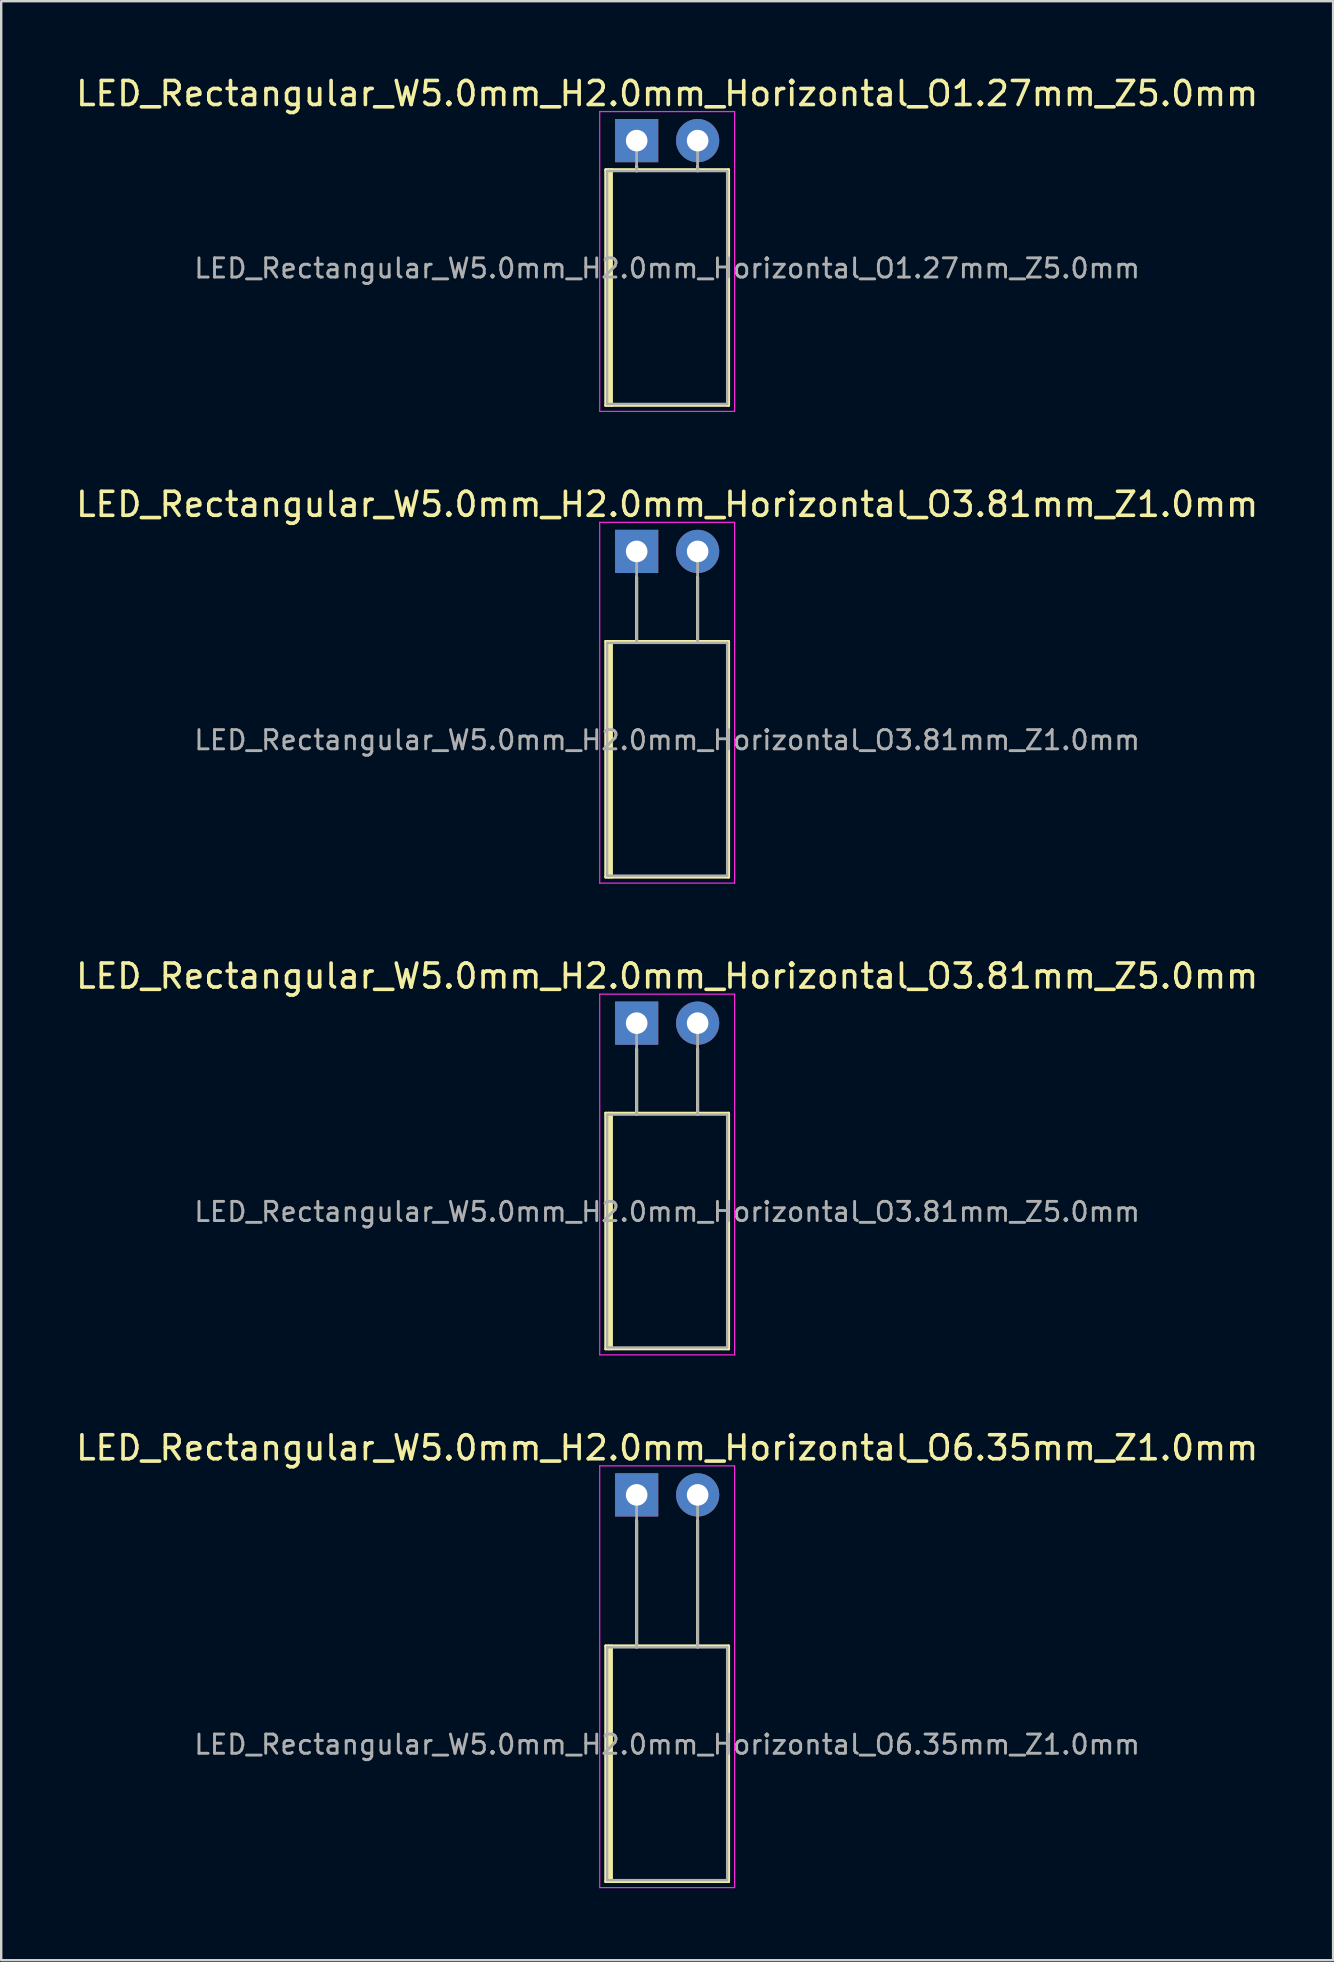
<source format=kicad_pcb>
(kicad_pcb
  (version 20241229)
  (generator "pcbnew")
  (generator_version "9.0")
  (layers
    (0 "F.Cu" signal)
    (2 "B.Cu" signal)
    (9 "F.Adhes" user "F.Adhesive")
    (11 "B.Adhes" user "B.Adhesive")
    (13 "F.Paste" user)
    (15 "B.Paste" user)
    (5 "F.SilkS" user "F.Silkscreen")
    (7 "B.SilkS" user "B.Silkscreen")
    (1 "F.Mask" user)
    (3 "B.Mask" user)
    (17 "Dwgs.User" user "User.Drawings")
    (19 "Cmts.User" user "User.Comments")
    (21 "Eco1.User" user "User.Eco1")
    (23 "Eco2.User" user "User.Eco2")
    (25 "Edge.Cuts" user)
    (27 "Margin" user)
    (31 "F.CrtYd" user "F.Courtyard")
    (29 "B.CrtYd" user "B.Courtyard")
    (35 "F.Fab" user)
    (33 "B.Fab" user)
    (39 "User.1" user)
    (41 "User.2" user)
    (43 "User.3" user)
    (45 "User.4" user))
  (footprint "LED_Rectangular_W5.0mm_H2.0mm_Horizontal_O1.27mm_Z5.0mm"
    (layer "F.Cu")
    (at 23.474 2.808)
    (property "Reference" "LED_Rectangular_W5.0mm_H2.0mm_Horizontal_O1.27mm_Z5.0mm" (at 1.27 -1.96 0) (layer "F.SilkS") (effects (font (size 1 1) (thickness 0.15))))
    (attr through_hole)
    (fp_line (start -1.29 1.21) (end -1.29 11.03) (stroke (width 0.12) (type solid)) (layer "F.SilkS"))
    (fp_line (start -1.29 11.03) (end 3.83 11.03) (stroke (width 0.12) (type solid)) (layer "F.SilkS"))
    (fp_line (start -1.17 1.21) (end -1.17 11.03) (stroke (width 0.12) (type solid)) (layer "F.SilkS"))
    (fp_line (start -1.05 1.21) (end -1.05 11.03) (stroke (width 0.12) (type solid)) (layer "F.SilkS"))
    (fp_line (start 0 1.08) (end 0 1.08) (stroke (width 0.12) (type solid)) (layer "F.SilkS"))
    (fp_line (start 0 1.08) (end 0 1.21) (stroke (width 0.12) (type solid)) (layer "F.SilkS"))
    (fp_line (start 0 1.21) (end 0 1.08) (stroke (width 0.12) (type solid)) (layer "F.SilkS"))
    (fp_line (start 0 1.21) (end 0 1.21) (stroke (width 0.12) (type solid)) (layer "F.SilkS"))
    (fp_line (start 2.54 1.08) (end 2.54 1.08) (stroke (width 0.12) (type solid)) (layer "F.SilkS"))
    (fp_line (start 2.54 1.08) (end 2.54 1.21) (stroke (width 0.12) (type solid)) (layer "F.SilkS"))
    (fp_line (start 2.54 1.21) (end 2.54 1.08) (stroke (width 0.12) (type solid)) (layer "F.SilkS"))
    (fp_line (start 2.54 1.21) (end 2.54 1.21) (stroke (width 0.12) (type solid)) (layer "F.SilkS"))
    (fp_line (start 3.83 1.21) (end -1.29 1.21) (stroke (width 0.12) (type solid)) (layer "F.SilkS"))
    (fp_line (start 3.83 11.03) (end 3.83 1.21) (stroke (width 0.12) (type solid)) (layer "F.SilkS"))
    (fp_line (start -1.54 -1.21) (end -1.54 11.28) (stroke (width 0.05) (type solid)) (layer "F.CrtYd"))
    (fp_line (start -1.54 11.28) (end 4.08 11.28) (stroke (width 0.05) (type solid)) (layer "F.CrtYd"))
    (fp_line (start 4.08 -1.21) (end -1.54 -1.21) (stroke (width 0.05) (type solid)) (layer "F.CrtYd"))
    (fp_line (start 4.08 11.28) (end 4.08 -1.21) (stroke (width 0.05) (type solid)) (layer "F.CrtYd"))
    (fp_line (start -1.23 1.27) (end -1.23 10.97) (stroke (width 0.1) (type solid)) (layer "F.Fab"))
    (fp_line (start -1.23 10.97) (end 3.77 10.97) (stroke (width 0.1) (type solid)) (layer "F.Fab"))
    (fp_line (start 0 0) (end 0 0) (stroke (width 0.1) (type solid)) (layer "F.Fab"))
    (fp_line (start 0 0) (end 0 1.27) (stroke (width 0.1) (type solid)) (layer "F.Fab"))
    (fp_line (start 0 1.27) (end 0 0) (stroke (width 0.1) (type solid)) (layer "F.Fab"))
    (fp_line (start 0 1.27) (end 0 1.27) (stroke (width 0.1) (type solid)) (layer "F.Fab"))
    (fp_line (start 2.54 0) (end 2.54 0) (stroke (width 0.1) (type solid)) (layer "F.Fab"))
    (fp_line (start 2.54 0) (end 2.54 1.27) (stroke (width 0.1) (type solid)) (layer "F.Fab"))
    (fp_line (start 2.54 1.27) (end 2.54 0) (stroke (width 0.1) (type solid)) (layer "F.Fab"))
    (fp_line (start 2.54 1.27) (end 2.54 1.27) (stroke (width 0.1) (type solid)) (layer "F.Fab"))
    (fp_line (start 3.77 1.27) (end -1.23 1.27) (stroke (width 0.1) (type solid)) (layer "F.Fab"))
    (fp_line (start 3.77 10.97) (end 3.77 1.27) (stroke (width 0.1) (type solid)) (layer "F.Fab"))
    (fp_text user "${REFERENCE}" (at 1.27 5.32 0) (layer "F.Fab") (effects (font (size 0.8 0.8) (thickness 0.12))))
    (pad "1" thru_hole rect (at 0 0) (size 1.8 1.8) (drill 0.9) (layers "*.Cu" "*.Mask"))
    (pad "2" thru_hole circle (at 2.54 0) (size 1.8 1.8) (drill 0.9) (layers "*.Cu" "*.Mask")))
  (footprint "LED_Rectangular_W5.0mm_H2.0mm_Horizontal_O6.35mm_Z1.0mm"
    (layer "F.Cu")
    (at 23.474 59.228)
    (property "Reference" "LED_Rectangular_W5.0mm_H2.0mm_Horizontal_O6.35mm_Z1.0mm" (at 1.27 -1.96 0) (layer "F.SilkS") (effects (font (size 1 1) (thickness 0.15))))
    (attr through_hole)
    (fp_line (start -1.29 6.29) (end -1.29 16.11) (stroke (width 0.12) (type solid)) (layer "F.SilkS"))
    (fp_line (start -1.29 16.11) (end 3.83 16.11) (stroke (width 0.12) (type solid)) (layer "F.SilkS"))
    (fp_line (start -1.17 6.29) (end -1.17 16.11) (stroke (width 0.12) (type solid)) (layer "F.SilkS"))
    (fp_line (start -1.05 6.29) (end -1.05 16.11) (stroke (width 0.12) (type solid)) (layer "F.SilkS"))
    (fp_line (start 0 1.08) (end 0 1.08) (stroke (width 0.12) (type solid)) (layer "F.SilkS"))
    (fp_line (start 0 1.08) (end 0 6.29) (stroke (width 0.12) (type solid)) (layer "F.SilkS"))
    (fp_line (start 0 6.29) (end 0 1.08) (stroke (width 0.12) (type solid)) (layer "F.SilkS"))
    (fp_line (start 0 6.29) (end 0 6.29) (stroke (width 0.12) (type solid)) (layer "F.SilkS"))
    (fp_line (start 2.54 1.08) (end 2.54 1.08) (stroke (width 0.12) (type solid)) (layer "F.SilkS"))
    (fp_line (start 2.54 1.08) (end 2.54 6.29) (stroke (width 0.12) (type solid)) (layer "F.SilkS"))
    (fp_line (start 2.54 6.29) (end 2.54 1.08) (stroke (width 0.12) (type solid)) (layer "F.SilkS"))
    (fp_line (start 2.54 6.29) (end 2.54 6.29) (stroke (width 0.12) (type solid)) (layer "F.SilkS"))
    (fp_line (start 3.83 6.29) (end -1.29 6.29) (stroke (width 0.12) (type solid)) (layer "F.SilkS"))
    (fp_line (start 3.83 16.11) (end 3.83 6.29) (stroke (width 0.12) (type solid)) (layer "F.SilkS"))
    (fp_line (start -1.54 -1.21) (end -1.54 16.36) (stroke (width 0.05) (type solid)) (layer "F.CrtYd"))
    (fp_line (start -1.54 16.36) (end 4.08 16.36) (stroke (width 0.05) (type solid)) (layer "F.CrtYd"))
    (fp_line (start 4.08 -1.21) (end -1.54 -1.21) (stroke (width 0.05) (type solid)) (layer "F.CrtYd"))
    (fp_line (start 4.08 16.36) (end 4.08 -1.21) (stroke (width 0.05) (type solid)) (layer "F.CrtYd"))
    (fp_line (start -1.23 6.35) (end -1.23 16.05) (stroke (width 0.1) (type solid)) (layer "F.Fab"))
    (fp_line (start -1.23 16.05) (end 3.77 16.05) (stroke (width 0.1) (type solid)) (layer "F.Fab"))
    (fp_line (start 0 0) (end 0 0) (stroke (width 0.1) (type solid)) (layer "F.Fab"))
    (fp_line (start 0 0) (end 0 6.35) (stroke (width 0.1) (type solid)) (layer "F.Fab"))
    (fp_line (start 0 6.35) (end 0 0) (stroke (width 0.1) (type solid)) (layer "F.Fab"))
    (fp_line (start 0 6.35) (end 0 6.35) (stroke (width 0.1) (type solid)) (layer "F.Fab"))
    (fp_line (start 2.54 0) (end 2.54 0) (stroke (width 0.1) (type solid)) (layer "F.Fab"))
    (fp_line (start 2.54 0) (end 2.54 6.35) (stroke (width 0.1) (type solid)) (layer "F.Fab"))
    (fp_line (start 2.54 6.35) (end 2.54 0) (stroke (width 0.1) (type solid)) (layer "F.Fab"))
    (fp_line (start 2.54 6.35) (end 2.54 6.35) (stroke (width 0.1) (type solid)) (layer "F.Fab"))
    (fp_line (start 3.77 6.35) (end -1.23 6.35) (stroke (width 0.1) (type solid)) (layer "F.Fab"))
    (fp_line (start 3.77 16.05) (end 3.77 6.35) (stroke (width 0.1) (type solid)) (layer "F.Fab"))
    (fp_text user "${REFERENCE}" (at 1.27 10.4 0) (layer "F.Fab") (effects (font (size 0.8 0.8) (thickness 0.12))))
    (pad "1" thru_hole rect (at 0 0) (size 1.8 1.8) (drill 0.9) (layers "*.Cu" "*.Mask"))
    (pad "2" thru_hole circle (at 2.54 0) (size 1.8 1.8) (drill 0.9) (layers "*.Cu" "*.Mask")))
  (footprint "LED_Rectangular_W5.0mm_H2.0mm_Horizontal_O3.81mm_Z5.0mm"
    (layer "F.Cu")
    (at 23.474 39.575)
    (property "Reference" "LED_Rectangular_W5.0mm_H2.0mm_Horizontal_O3.81mm_Z5.0mm" (at 1.27 -1.96 0) (layer "F.SilkS") (effects (font (size 1 1) (thickness 0.15))))
    (attr through_hole)
    (fp_line (start -1.29 3.75) (end -1.29 13.57) (stroke (width 0.12) (type solid)) (layer "F.SilkS"))
    (fp_line (start -1.29 13.57) (end 3.83 13.57) (stroke (width 0.12) (type solid)) (layer "F.SilkS"))
    (fp_line (start -1.17 3.75) (end -1.17 13.57) (stroke (width 0.12) (type solid)) (layer "F.SilkS"))
    (fp_line (start -1.05 3.75) (end -1.05 13.57) (stroke (width 0.12) (type solid)) (layer "F.SilkS"))
    (fp_line (start 0 1.08) (end 0 1.08) (stroke (width 0.12) (type solid)) (layer "F.SilkS"))
    (fp_line (start 0 1.08) (end 0 3.75) (stroke (width 0.12) (type solid)) (layer "F.SilkS"))
    (fp_line (start 0 3.75) (end 0 1.08) (stroke (width 0.12) (type solid)) (layer "F.SilkS"))
    (fp_line (start 0 3.75) (end 0 3.75) (stroke (width 0.12) (type solid)) (layer "F.SilkS"))
    (fp_line (start 2.54 1.08) (end 2.54 1.08) (stroke (width 0.12) (type solid)) (layer "F.SilkS"))
    (fp_line (start 2.54 1.08) (end 2.54 3.75) (stroke (width 0.12) (type solid)) (layer "F.SilkS"))
    (fp_line (start 2.54 3.75) (end 2.54 1.08) (stroke (width 0.12) (type solid)) (layer "F.SilkS"))
    (fp_line (start 2.54 3.75) (end 2.54 3.75) (stroke (width 0.12) (type solid)) (layer "F.SilkS"))
    (fp_line (start 3.83 3.75) (end -1.29 3.75) (stroke (width 0.12) (type solid)) (layer "F.SilkS"))
    (fp_line (start 3.83 13.57) (end 3.83 3.75) (stroke (width 0.12) (type solid)) (layer "F.SilkS"))
    (fp_line (start -1.54 -1.21) (end -1.54 13.82) (stroke (width 0.05) (type solid)) (layer "F.CrtYd"))
    (fp_line (start -1.54 13.82) (end 4.08 13.82) (stroke (width 0.05) (type solid)) (layer "F.CrtYd"))
    (fp_line (start 4.08 -1.21) (end -1.54 -1.21) (stroke (width 0.05) (type solid)) (layer "F.CrtYd"))
    (fp_line (start 4.08 13.82) (end 4.08 -1.21) (stroke (width 0.05) (type solid)) (layer "F.CrtYd"))
    (fp_line (start -1.23 3.81) (end -1.23 13.51) (stroke (width 0.1) (type solid)) (layer "F.Fab"))
    (fp_line (start -1.23 13.51) (end 3.77 13.51) (stroke (width 0.1) (type solid)) (layer "F.Fab"))
    (fp_line (start 0 0) (end 0 0) (stroke (width 0.1) (type solid)) (layer "F.Fab"))
    (fp_line (start 0 0) (end 0 3.81) (stroke (width 0.1) (type solid)) (layer "F.Fab"))
    (fp_line (start 0 3.81) (end 0 0) (stroke (width 0.1) (type solid)) (layer "F.Fab"))
    (fp_line (start 0 3.81) (end 0 3.81) (stroke (width 0.1) (type solid)) (layer "F.Fab"))
    (fp_line (start 2.54 0) (end 2.54 0) (stroke (width 0.1) (type solid)) (layer "F.Fab"))
    (fp_line (start 2.54 0) (end 2.54 3.81) (stroke (width 0.1) (type solid)) (layer "F.Fab"))
    (fp_line (start 2.54 3.81) (end 2.54 0) (stroke (width 0.1) (type solid)) (layer "F.Fab"))
    (fp_line (start 2.54 3.81) (end 2.54 3.81) (stroke (width 0.1) (type solid)) (layer "F.Fab"))
    (fp_line (start 3.77 3.81) (end -1.23 3.81) (stroke (width 0.1) (type solid)) (layer "F.Fab"))
    (fp_line (start 3.77 13.51) (end 3.77 3.81) (stroke (width 0.1) (type solid)) (layer "F.Fab"))
    (fp_text user "${REFERENCE}" (at 1.27 7.86 0) (layer "F.Fab") (effects (font (size 0.8 0.8) (thickness 0.12))))
    (pad "1" thru_hole rect (at 0 0) (size 1.8 1.8) (drill 0.9) (layers "*.Cu" "*.Mask"))
    (pad "2" thru_hole circle (at 2.54 0) (size 1.8 1.8) (drill 0.9) (layers "*.Cu" "*.Mask")))
  (footprint "LED_Rectangular_W5.0mm_H2.0mm_Horizontal_O3.81mm_Z1.0mm"
    (layer "F.Cu")
    (at 23.474 19.922)
    (property "Reference" "LED_Rectangular_W5.0mm_H2.0mm_Horizontal_O3.81mm_Z1.0mm" (at 1.27 -1.96 0) (layer "F.SilkS") (effects (font (size 1 1) (thickness 0.15))))
    (attr through_hole)
    (fp_line (start -1.29 3.75) (end -1.29 13.57) (stroke (width 0.12) (type solid)) (layer "F.SilkS"))
    (fp_line (start -1.29 13.57) (end 3.83 13.57) (stroke (width 0.12) (type solid)) (layer "F.SilkS"))
    (fp_line (start -1.17 3.75) (end -1.17 13.57) (stroke (width 0.12) (type solid)) (layer "F.SilkS"))
    (fp_line (start -1.05 3.75) (end -1.05 13.57) (stroke (width 0.12) (type solid)) (layer "F.SilkS"))
    (fp_line (start 0 1.08) (end 0 1.08) (stroke (width 0.12) (type solid)) (layer "F.SilkS"))
    (fp_line (start 0 1.08) (end 0 3.75) (stroke (width 0.12) (type solid)) (layer "F.SilkS"))
    (fp_line (start 0 3.75) (end 0 1.08) (stroke (width 0.12) (type solid)) (layer "F.SilkS"))
    (fp_line (start 0 3.75) (end 0 3.75) (stroke (width 0.12) (type solid)) (layer "F.SilkS"))
    (fp_line (start 2.54 1.08) (end 2.54 1.08) (stroke (width 0.12) (type solid)) (layer "F.SilkS"))
    (fp_line (start 2.54 1.08) (end 2.54 3.75) (stroke (width 0.12) (type solid)) (layer "F.SilkS"))
    (fp_line (start 2.54 3.75) (end 2.54 1.08) (stroke (width 0.12) (type solid)) (layer "F.SilkS"))
    (fp_line (start 2.54 3.75) (end 2.54 3.75) (stroke (width 0.12) (type solid)) (layer "F.SilkS"))
    (fp_line (start 3.83 3.75) (end -1.29 3.75) (stroke (width 0.12) (type solid)) (layer "F.SilkS"))
    (fp_line (start 3.83 13.57) (end 3.83 3.75) (stroke (width 0.12) (type solid)) (layer "F.SilkS"))
    (fp_line (start -1.54 -1.21) (end -1.54 13.82) (stroke (width 0.05) (type solid)) (layer "F.CrtYd"))
    (fp_line (start -1.54 13.82) (end 4.08 13.82) (stroke (width 0.05) (type solid)) (layer "F.CrtYd"))
    (fp_line (start 4.08 -1.21) (end -1.54 -1.21) (stroke (width 0.05) (type solid)) (layer "F.CrtYd"))
    (fp_line (start 4.08 13.82) (end 4.08 -1.21) (stroke (width 0.05) (type solid)) (layer "F.CrtYd"))
    (fp_line (start -1.23 3.81) (end -1.23 13.51) (stroke (width 0.1) (type solid)) (layer "F.Fab"))
    (fp_line (start -1.23 13.51) (end 3.77 13.51) (stroke (width 0.1) (type solid)) (layer "F.Fab"))
    (fp_line (start 0 0) (end 0 0) (stroke (width 0.1) (type solid)) (layer "F.Fab"))
    (fp_line (start 0 0) (end 0 3.81) (stroke (width 0.1) (type solid)) (layer "F.Fab"))
    (fp_line (start 0 3.81) (end 0 0) (stroke (width 0.1) (type solid)) (layer "F.Fab"))
    (fp_line (start 0 3.81) (end 0 3.81) (stroke (width 0.1) (type solid)) (layer "F.Fab"))
    (fp_line (start 2.54 0) (end 2.54 0) (stroke (width 0.1) (type solid)) (layer "F.Fab"))
    (fp_line (start 2.54 0) (end 2.54 3.81) (stroke (width 0.1) (type solid)) (layer "F.Fab"))
    (fp_line (start 2.54 3.81) (end 2.54 0) (stroke (width 0.1) (type solid)) (layer "F.Fab"))
    (fp_line (start 2.54 3.81) (end 2.54 3.81) (stroke (width 0.1) (type solid)) (layer "F.Fab"))
    (fp_line (start 3.77 3.81) (end -1.23 3.81) (stroke (width 0.1) (type solid)) (layer "F.Fab"))
    (fp_line (start 3.77 13.51) (end 3.77 3.81) (stroke (width 0.1) (type solid)) (layer "F.Fab"))
    (fp_text user "${REFERENCE}" (at 1.27 7.86 0) (layer "F.Fab") (effects (font (size 0.8 0.8) (thickness 0.12))))
    (pad "1" thru_hole rect (at 0 0) (size 1.8 1.8) (drill 0.9) (layers "*.Cu" "*.Mask"))
    (pad "2" thru_hole circle (at 2.54 0) (size 1.8 1.8) (drill 0.9) (layers "*.Cu" "*.Mask")))
  (gr_rect
    (start -3 -3)
    (end 52.488 78.613)
    (stroke (width 0.1) (type default))
    (fill no)
    (layer "Edge.Cuts")))
</source>
